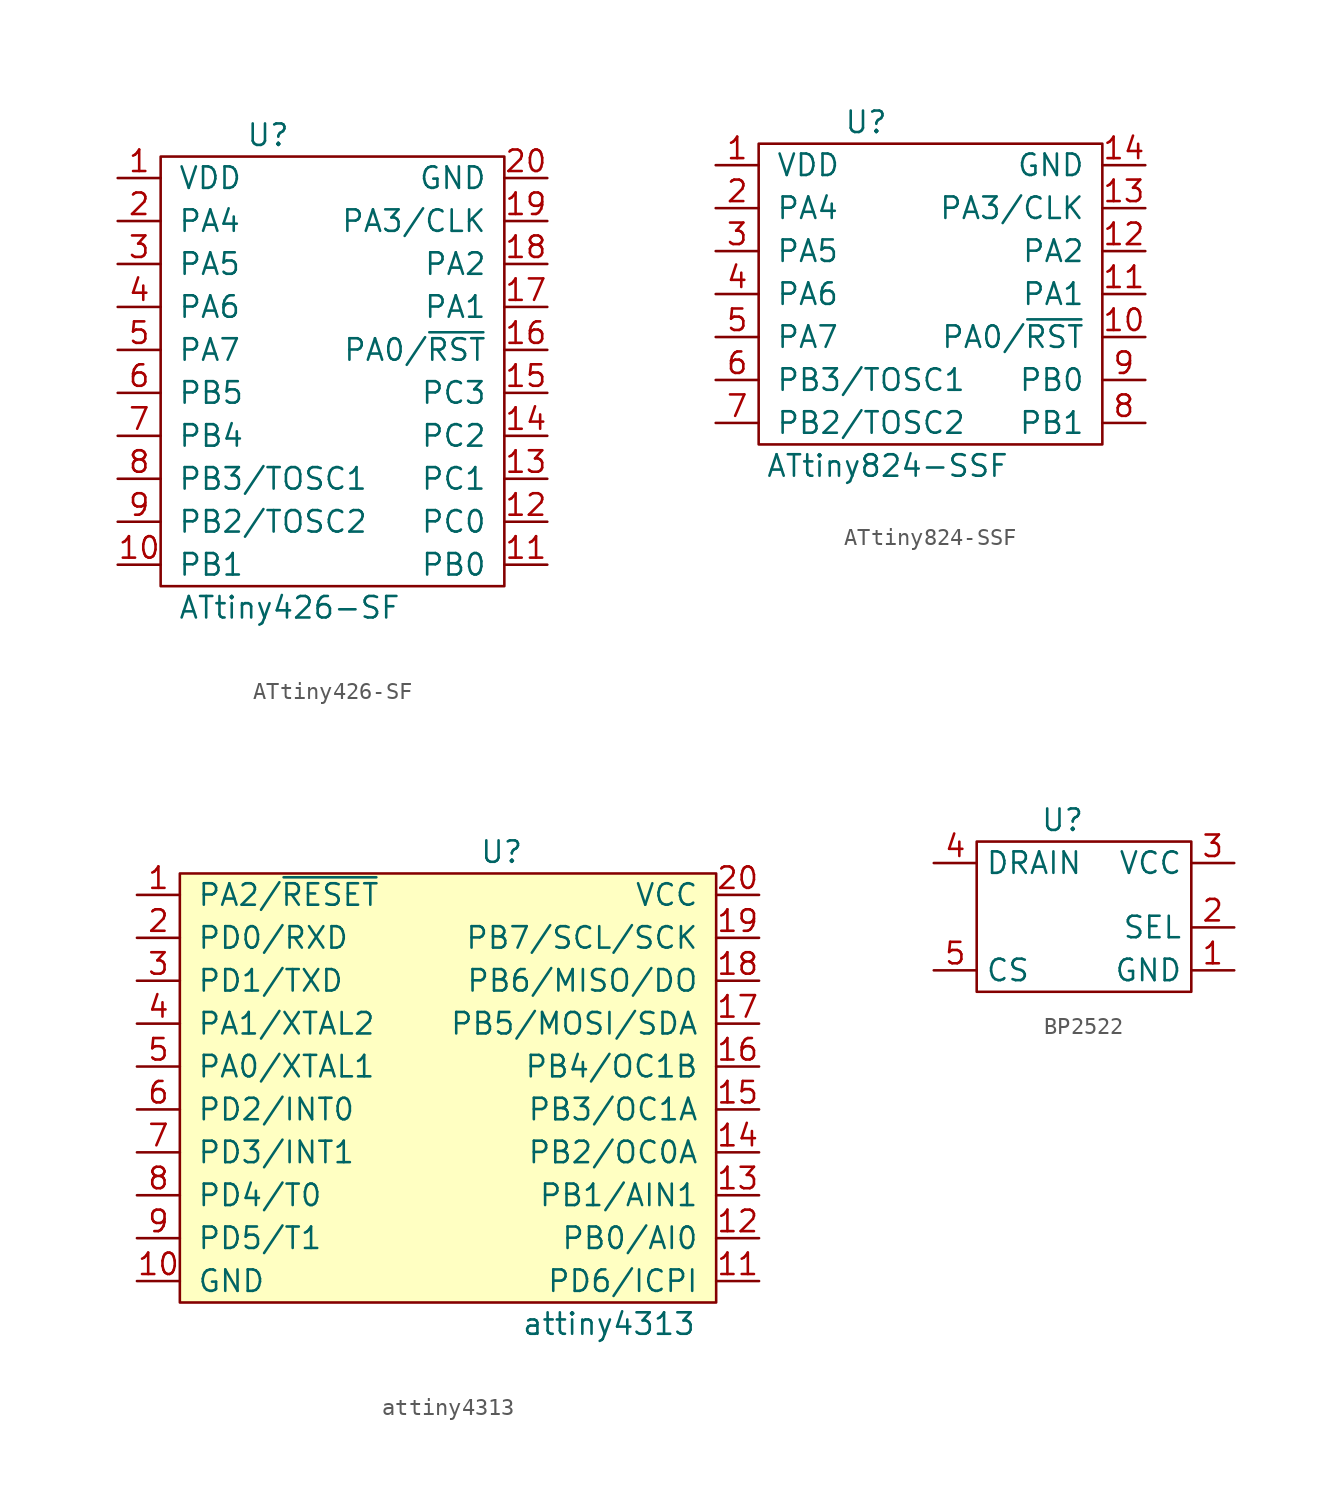
<source format=kicad_sym>
(kicad_symbol_lib
  (version 20231120)
  (generator "kicad_symbol_editor")
  (generator_version "8.0")
  (symbol "ATtiny426-SF"
    (pin_names
      (offset 1.016))
    (property "Reference" "U"
      (at 0 0 0)
      (effects (font (size 1.27 1.27))))
    (property "Value" "ATtiny426-SF"
      (at 1.27 -27.94 0)
      (effects (font (size 1.27 1.27))))
    (symbol "ATtiny426-SF_0_1"
      (rectangle (start -6.35 -1.27) (end 13.97 -26.67) (stroke (width 0) (type default)) (fill (type none))))
    (symbol "ATtiny426-SF_1_1"
      (pin power_in line (at -8.89 -2.54 0) (length 2.54) (name "VDD" (effects (font (size 1.27 1.27)))) (number "1" (effects (font (size 1.27 1.27)))))
      (pin bidirectional line (at -8.89 -25.4 0) (length 2.54) (name "PB1" (effects (font (size 1.27 1.27)))) (number "10" (effects (font (size 1.27 1.27)))))
      (pin bidirectional line (at 16.51 -25.4 180) (length 2.54) (name "PB0" (effects (font (size 1.27 1.27)))) (number "11" (effects (font (size 1.27 1.27)))))
      (pin bidirectional line (at 16.51 -22.86 180) (length 2.54) (name "PC0" (effects (font (size 1.27 1.27)))) (number "12" (effects (font (size 1.27 1.27)))))
      (pin bidirectional line (at 16.51 -20.32 180) (length 2.54) (name "PC1" (effects (font (size 1.27 1.27)))) (number "13" (effects (font (size 1.27 1.27)))))
      (pin bidirectional line (at 16.51 -17.78 180) (length 2.54) (name "PC2" (effects (font (size 1.27 1.27)))) (number "14" (effects (font (size 1.27 1.27)))))
      (pin bidirectional line (at 16.51 -15.24 180) (length 2.54) (name "PC3" (effects (font (size 1.27 1.27)))) (number "15" (effects (font (size 1.27 1.27)))))
      (pin bidirectional line (at 16.51 -12.7 180) (length 2.54) (name "PA0/~{RST}" (effects (font (size 1.27 1.27)))) (number "16" (effects (font (size 1.27 1.27)))))
      (pin bidirectional line (at 16.51 -10.16 180) (length 2.54) (name "PA1" (effects (font (size 1.27 1.27)))) (number "17" (effects (font (size 1.27 1.27)))))
      (pin bidirectional line (at 16.51 -7.62 180) (length 2.54) (name "PA2" (effects (font (size 1.27 1.27)))) (number "18" (effects (font (size 1.27 1.27)))))
      (pin bidirectional line (at 16.51 -5.08 180) (length 2.54) (name "PA3/CLK" (effects (font (size 1.27 1.27)))) (number "19" (effects (font (size 1.27 1.27)))))
      (pin bidirectional line (at -8.89 -5.08 0) (length 2.54) (name "PA4" (effects (font (size 1.27 1.27)))) (number "2" (effects (font (size 1.27 1.27)))))
      (pin passive line (at 16.51 -2.54 180) (length 2.54) (name "GND" (effects (font (size 1.27 1.27)))) (number "20" (effects (font (size 1.27 1.27)))))
      (pin bidirectional line (at -8.89 -7.62 0) (length 2.54) (name "PA5" (effects (font (size 1.27 1.27)))) (number "3" (effects (font (size 1.27 1.27)))))
      (pin bidirectional line (at -8.89 -10.16 0) (length 2.54) (name "PA6" (effects (font (size 1.27 1.27)))) (number "4" (effects (font (size 1.27 1.27)))))
      (pin bidirectional line (at -8.89 -12.7 0) (length 2.54) (name "PA7" (effects (font (size 1.27 1.27)))) (number "5" (effects (font (size 1.27 1.27)))))
      (pin bidirectional line (at -8.89 -15.24 0) (length 2.54) (name "PB5" (effects (font (size 1.27 1.27)))) (number "6" (effects (font (size 1.27 1.27)))))
      (pin bidirectional line (at -8.89 -17.78 0) (length 2.54) (name "PB4" (effects (font (size 1.27 1.27)))) (number "7" (effects (font (size 1.27 1.27)))))
      (pin bidirectional line (at -8.89 -20.32 0) (length 2.54) (name "PB3/TOSC1" (effects (font (size 1.27 1.27)))) (number "8" (effects (font (size 1.27 1.27)))))
      (pin bidirectional line (at -8.89 -22.86 0) (length 2.54) (name "PB2/TOSC2" (effects (font (size 1.27 1.27)))) (number "9" (effects (font (size 1.27 1.27)))))))
  (symbol "ATtiny824-SSF"
    (pin_names
      (offset 1.016))
    (property "Reference" "U"
      (at 0 0 0)
      (effects (font (size 1.27 1.27))))
    (property "Value" "ATtiny824-SSF"
      (at 1.27 -20.32 0)
      (effects (font (size 1.27 1.27))))
    (symbol "ATtiny824-SSF_0_1"
      (rectangle (start -6.35 -1.27) (end 13.97 -19.05) (stroke (width 0) (type default)) (fill (type none))))
    (symbol "ATtiny824-SSF_1_1"
      (pin power_in line (at -8.89 -2.54 0) (length 2.54) (name "VDD" (effects (font (size 1.27 1.27)))) (number "1" (effects (font (size 1.27 1.27)))))
      (pin bidirectional line (at 16.51 -12.7 180) (length 2.54) (name "PA0/~{RST}" (effects (font (size 1.27 1.27)))) (number "10" (effects (font (size 1.27 1.27)))))
      (pin bidirectional line (at 16.51 -10.16 180) (length 2.54) (name "PA1" (effects (font (size 1.27 1.27)))) (number "11" (effects (font (size 1.27 1.27)))))
      (pin bidirectional line (at 16.51 -7.62 180) (length 2.54) (name "PA2" (effects (font (size 1.27 1.27)))) (number "12" (effects (font (size 1.27 1.27)))))
      (pin bidirectional line (at 16.51 -5.08 180) (length 2.54) (name "PA3/CLK" (effects (font (size 1.27 1.27)))) (number "13" (effects (font (size 1.27 1.27)))))
      (pin passive line (at 16.51 -2.54 180) (length 2.54) (name "GND" (effects (font (size 1.27 1.27)))) (number "14" (effects (font (size 1.27 1.27)))))
      (pin bidirectional line (at -8.89 -5.08 0) (length 2.54) (name "PA4" (effects (font (size 1.27 1.27)))) (number "2" (effects (font (size 1.27 1.27)))))
      (pin bidirectional line (at -8.89 -7.62 0) (length 2.54) (name "PA5" (effects (font (size 1.27 1.27)))) (number "3" (effects (font (size 1.27 1.27)))))
      (pin bidirectional line (at -8.89 -10.16 0) (length 2.54) (name "PA6" (effects (font (size 1.27 1.27)))) (number "4" (effects (font (size 1.27 1.27)))))
      (pin bidirectional line (at -8.89 -12.7 0) (length 2.54) (name "PA7" (effects (font (size 1.27 1.27)))) (number "5" (effects (font (size 1.27 1.27)))))
      (pin bidirectional line (at -8.89 -15.24 0) (length 2.54) (name "PB3/TOSC1" (effects (font (size 1.27 1.27)))) (number "6" (effects (font (size 1.27 1.27)))))
      (pin bidirectional line (at -8.89 -17.78 0) (length 2.54) (name "PB2/TOSC2" (effects (font (size 1.27 1.27)))) (number "7" (effects (font (size 1.27 1.27)))))
      (pin bidirectional line (at 16.51 -17.78 180) (length 2.54) (name "PB1" (effects (font (size 1.27 1.27)))) (number "8" (effects (font (size 1.27 1.27)))))
      (pin bidirectional line (at 16.51 -15.24 180) (length 2.54) (name "PB0" (effects (font (size 1.27 1.27)))) (number "9" (effects (font (size 1.27 1.27)))))))
  (symbol "attiny4313"
    (pin_names
      (offset 1.016))
    (property "Reference" "U"
      (at 6.35 -7.62 0)
      (effects (font (size 1.27 1.27))))
    (property "Value" "attiny4313"
      (at 12.7 -35.56 0)
      (effects (font (size 1.27 1.27))))
    (symbol "attiny4313_0_1"
      (rectangle (start -12.7 -8.89) (end 19.05 -34.29) (stroke (width 0) (type default)) (fill (type background))))
    (symbol "attiny4313_1_1"
      (pin bidirectional line (at -15.24 -10.16 0) (length 2.54) (name "PA2/~{RESET}" (effects (font (size 1.27 1.27)))) (number "1" (effects (font (size 1.27 1.27)))))
      (pin power_in line (at -15.24 -33.02 0) (length 2.54) (name "GND" (effects (font (size 1.27 1.27)))) (number "10" (effects (font (size 1.27 1.27)))))
      (pin bidirectional line (at 21.59 -33.02 180) (length 2.54) (name "PD6/ICPI" (effects (font (size 1.27 1.27)))) (number "11" (effects (font (size 1.27 1.27)))))
      (pin bidirectional line (at 21.59 -30.48 180) (length 2.54) (name "PB0/AI0" (effects (font (size 1.27 1.27)))) (number "12" (effects (font (size 1.27 1.27)))))
      (pin bidirectional line (at 21.59 -27.94 180) (length 2.54) (name "PB1/AIN1" (effects (font (size 1.27 1.27)))) (number "13" (effects (font (size 1.27 1.27)))))
      (pin bidirectional line (at 21.59 -25.4 180) (length 2.54) (name "PB2/OC0A" (effects (font (size 1.27 1.27)))) (number "14" (effects (font (size 1.27 1.27)))))
      (pin bidirectional line (at 21.59 -22.86 180) (length 2.54) (name "PB3/OC1A" (effects (font (size 1.27 1.27)))) (number "15" (effects (font (size 1.27 1.27)))))
      (pin bidirectional line (at 21.59 -20.32 180) (length 2.54) (name "PB4/OC1B" (effects (font (size 1.27 1.27)))) (number "16" (effects (font (size 1.27 1.27)))))
      (pin bidirectional line (at 21.59 -17.78 180) (length 2.54) (name "PB5/MOSI/SDA" (effects (font (size 1.27 1.27)))) (number "17" (effects (font (size 1.27 1.27)))))
      (pin bidirectional line (at 21.59 -15.24 180) (length 2.54) (name "PB6/MISO/DO" (effects (font (size 1.27 1.27)))) (number "18" (effects (font (size 1.27 1.27)))))
      (pin bidirectional line (at 21.59 -12.7 180) (length 2.54) (name "PB7/SCL/SCK" (effects (font (size 1.27 1.27)))) (number "19" (effects (font (size 1.27 1.27)))))
      (pin bidirectional line (at -15.24 -12.7 0) (length 2.54) (name "PD0/RXD" (effects (font (size 1.27 1.27)))) (number "2" (effects (font (size 1.27 1.27)))))
      (pin power_in line (at 21.59 -10.16 180) (length 2.54) (name "VCC" (effects (font (size 1.27 1.27)))) (number "20" (effects (font (size 1.27 1.27)))))
      (pin bidirectional line (at -15.24 -15.24 0) (length 2.54) (name "PD1/TXD" (effects (font (size 1.27 1.27)))) (number "3" (effects (font (size 1.27 1.27)))))
      (pin bidirectional line (at -15.24 -17.78 0) (length 2.54) (name "PA1/XTAL2" (effects (font (size 1.27 1.27)))) (number "4" (effects (font (size 1.27 1.27)))))
      (pin bidirectional line (at -15.24 -20.32 0) (length 2.54) (name "PA0/XTAL1" (effects (font (size 1.27 1.27)))) (number "5" (effects (font (size 1.27 1.27)))))
      (pin bidirectional line (at -15.24 -22.86 0) (length 2.54) (name "PD2/INT0" (effects (font (size 1.27 1.27)))) (number "6" (effects (font (size 1.27 1.27)))))
      (pin bidirectional line (at -15.24 -25.4 0) (length 2.54) (name "PD3/INT1" (effects (font (size 1.27 1.27)))) (number "7" (effects (font (size 1.27 1.27)))))
      (pin bidirectional line (at -15.24 -27.94 0) (length 2.54) (name "PD4/T0" (effects (font (size 1.27 1.27)))) (number "8" (effects (font (size 1.27 1.27)))))
      (pin bidirectional line (at -15.24 -30.48 0) (length 2.54) (name "PD5/T1" (effects (font (size 1.27 1.27)))) (number "9" (effects (font (size 1.27 1.27)))))))
  (symbol "BP2522"
    (property "Reference" "U"
      (at 0 0 0)
      (effects (font (size 1.27 1.27))))
    (property "Value" ""
      (at 0 0 0)
      (effects (font (size 1.27 1.27))))
    (symbol "BP2522_0_1"
      (rectangle (start -5.08 -1.27) (end 7.62 -10.16) (stroke (width 0) (type default)) (fill (type none))))
    (symbol "BP2522_1_0"
      (pin passive line (at 10.16 -8.89 180) (length 2.54) (name "GND" (effects (font (size 1.27 1.27)))) (number "1" (effects (font (size 1.27 1.27)))))
      (pin passive line (at 10.16 -6.35 180) (length 2.54) (name "SEL" (effects (font (size 1.27 1.27)))) (number "2" (effects (font (size 1.27 1.27)))))
      (pin passive line (at 10.16 -2.54 180) (length 2.54) (name "VCC" (effects (font (size 1.27 1.27)))) (number "3" (effects (font (size 1.27 1.27)))))
      (pin passive line (at -7.62 -2.54 0) (length 2.54) (name "DRAIN" (effects (font (size 1.27 1.27)))) (number "4" (effects (font (size 1.27 1.27)))))
      (pin passive line (at -7.62 -8.89 0) (length 2.54) (name "CS" (effects (font (size 1.27 1.27)))) (number "5" (effects (font (size 1.27 1.27))))))))
</source>
